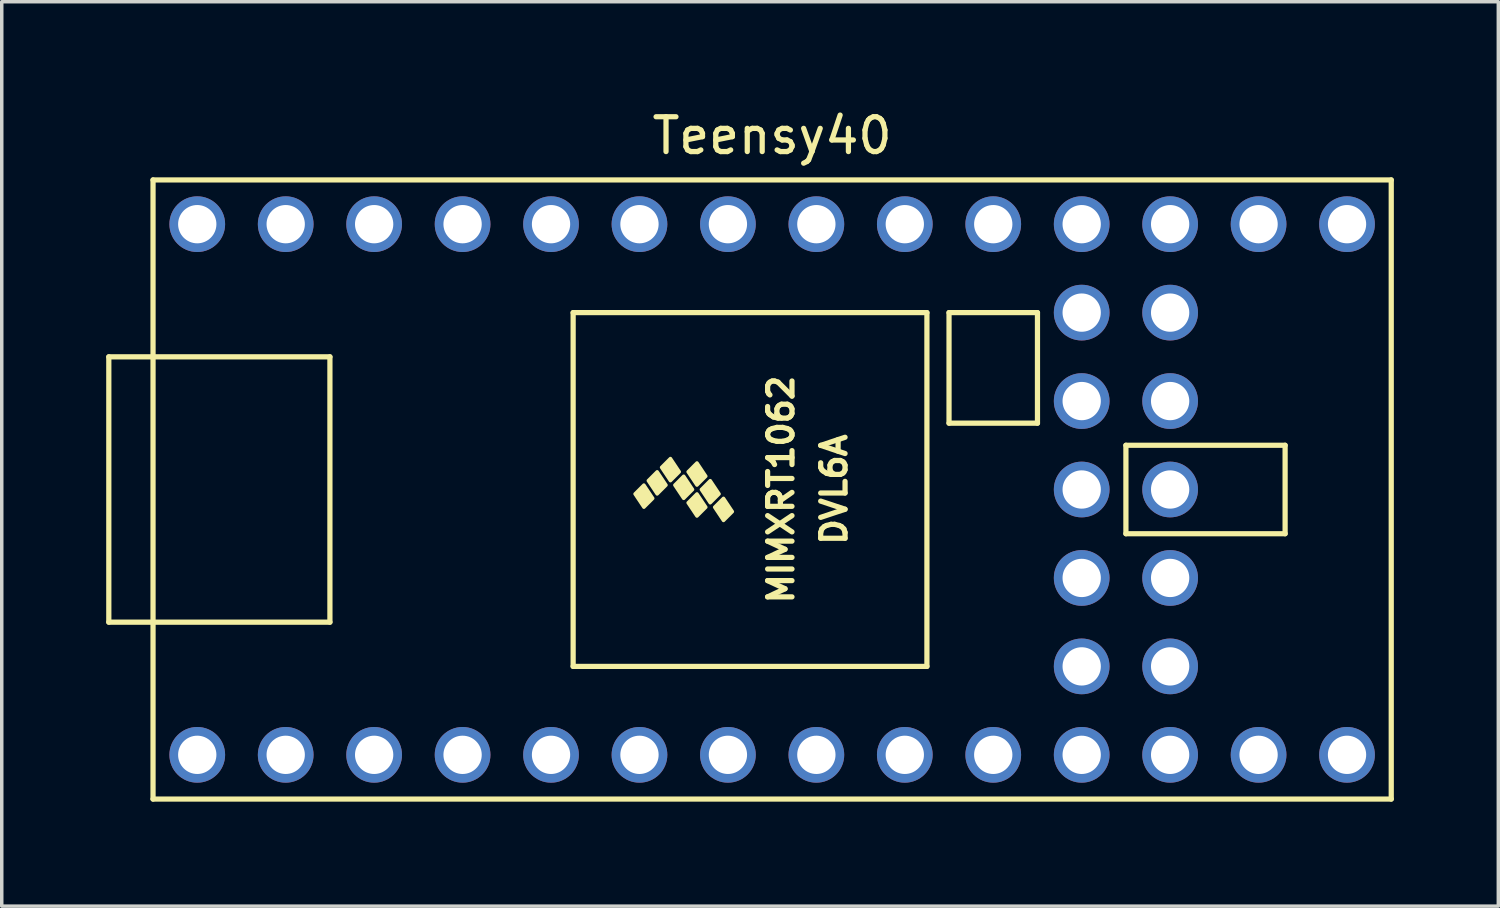
<source format=kicad_pcb>
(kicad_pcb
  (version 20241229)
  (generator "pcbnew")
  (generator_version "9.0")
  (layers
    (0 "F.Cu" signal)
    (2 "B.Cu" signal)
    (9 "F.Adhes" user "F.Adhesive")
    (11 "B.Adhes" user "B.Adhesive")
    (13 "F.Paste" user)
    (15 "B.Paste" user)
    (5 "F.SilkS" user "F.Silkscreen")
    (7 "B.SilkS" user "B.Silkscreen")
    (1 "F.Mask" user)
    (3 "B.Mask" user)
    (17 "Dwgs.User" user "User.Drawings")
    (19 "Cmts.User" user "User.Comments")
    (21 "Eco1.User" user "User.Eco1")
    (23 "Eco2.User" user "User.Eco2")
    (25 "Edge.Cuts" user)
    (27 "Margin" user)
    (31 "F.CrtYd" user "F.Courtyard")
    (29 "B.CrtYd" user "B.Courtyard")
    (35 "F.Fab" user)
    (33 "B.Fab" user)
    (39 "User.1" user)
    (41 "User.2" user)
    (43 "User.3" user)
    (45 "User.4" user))
  (footprint "Teensy40"
    (layer "F.Cu")
    (at 19.125 11.008)
    (property "Reference" "Teensy40" (at 0 -10.16 0) (layer "F.SilkS") (effects (font (size 1 1) (thickness 0.15))))
    (attr through_hole)
    (fp_line (start -19.05 -3.81) (end -17.78 -3.81) (stroke (width 0.15) (type solid)) (layer "F.SilkS"))
    (fp_line (start -19.05 3.81) (end -19.05 -3.81) (stroke (width 0.15) (type solid)) (layer "F.SilkS"))
    (fp_line (start -17.78 -8.89) (end 17.78 -8.89) (stroke (width 0.15) (type solid)) (layer "F.SilkS"))
    (fp_line (start -17.78 3.81) (end -19.05 3.81) (stroke (width 0.15) (type solid)) (layer "F.SilkS"))
    (fp_line (start -17.78 8.89) (end -17.78 -8.89) (stroke (width 0.15) (type solid)) (layer "F.SilkS"))
    (fp_line (start -12.7 -3.81) (end -17.78 -3.81) (stroke (width 0.15) (type solid)) (layer "F.SilkS"))
    (fp_line (start -12.7 3.81) (end -17.78 3.81) (stroke (width 0.15) (type solid)) (layer "F.SilkS"))
    (fp_line (start -12.7 3.81) (end -12.7 -3.81) (stroke (width 0.15) (type solid)) (layer "F.SilkS"))
    (fp_line (start -5.715 -5.08) (end -5.715 5.08) (stroke (width 0.15) (type solid)) (layer "F.SilkS"))
    (fp_line (start 4.445 -5.08) (end -5.715 -5.08) (stroke (width 0.15) (type solid)) (layer "F.SilkS"))
    (fp_line (start 4.445 5.08) (end -5.715 5.08) (stroke (width 0.15) (type solid)) (layer "F.SilkS"))
    (fp_line (start 4.445 5.08) (end 4.445 -5.08) (stroke (width 0.15) (type solid)) (layer "F.SilkS"))
    (fp_line (start 5.08 -5.08) (end 7.62 -5.08) (stroke (width 0.15) (type solid)) (layer "F.SilkS"))
    (fp_line (start 5.08 -1.905) (end 5.08 -5.08) (stroke (width 0.15) (type solid)) (layer "F.SilkS"))
    (fp_line (start 7.62 -5.08) (end 7.62 -1.905) (stroke (width 0.15) (type solid)) (layer "F.SilkS"))
    (fp_line (start 7.62 -1.905) (end 5.08 -1.905) (stroke (width 0.15) (type solid)) (layer "F.SilkS"))
    (fp_line (start 10.16 -1.27) (end 14.732 -1.27) (stroke (width 0.15) (type solid)) (layer "F.SilkS"))
    (fp_line (start 10.16 1.27) (end 10.16 -1.27) (stroke (width 0.15) (type solid)) (layer "F.SilkS"))
    (fp_line (start 14.732 -1.27) (end 14.732 1.27) (stroke (width 0.15) (type solid)) (layer "F.SilkS"))
    (fp_line (start 14.732 1.27) (end 10.16 1.27) (stroke (width 0.15) (type solid)) (layer "F.SilkS"))
    (fp_line (start 17.78 -8.89) (end 17.78 8.89) (stroke (width 0.15) (type solid)) (layer "F.SilkS"))
    (fp_line (start 17.78 8.89) (end -17.78 8.89) (stroke (width 0.15) (type solid)) (layer "F.SilkS"))
    (fp_poly (pts (xy -3.937 0.127) (xy -3.683 -0.127) (xy -3.429 0.254) (xy -3.683 0.508)) (stroke (width 0.1) (type solid)) (fill yes) (layer "F.SilkS"))
    (fp_poly (pts (xy -3.556 -0.254) (xy -3.302 -0.508) (xy -3.048 -0.127) (xy -3.302 0.127)) (stroke (width 0.1) (type solid)) (fill yes) (layer "F.SilkS"))
    (fp_poly (pts (xy -3.175 -0.635) (xy -2.921 -0.889) (xy -2.667 -0.508) (xy -2.921 -0.254)) (stroke (width 0.1) (type solid)) (fill yes) (layer "F.SilkS"))
    (fp_poly (pts (xy -2.794 -0.127) (xy -2.54 -0.381) (xy -2.286 0) (xy -2.54 0.254)) (stroke (width 0.1) (type solid)) (fill yes) (layer "F.SilkS"))
    (fp_poly (pts (xy -2.413 -0.508) (xy -2.159 -0.762) (xy -1.905 -0.381) (xy -2.159 -0.127)) (stroke (width 0.1) (type solid)) (fill yes) (layer "F.SilkS"))
    (fp_poly (pts (xy -2.413 0.381) (xy -2.159 0.127) (xy -1.905 0.508) (xy -2.159 0.762)) (stroke (width 0.1) (type solid)) (fill yes) (layer "F.SilkS"))
    (fp_poly (pts (xy -2.032 0) (xy -1.778 -0.254) (xy -1.524 0.127) (xy -1.778 0.381)) (stroke (width 0.1) (type solid)) (fill yes) (layer "F.SilkS"))
    (fp_poly (pts (xy -1.651 0.508) (xy -1.397 0.254) (xy -1.143 0.635) (xy -1.397 0.889)) (stroke (width 0.1) (type solid)) (fill yes) (layer "F.SilkS"))
    (fp_text user "DVL6A" (at 1.778 0 90) (layer "F.SilkS") (effects (font (size 0.7 0.7) (thickness 0.15))))
    (fp_text user "MIMXRT1062" (at 0.254 0 90) (layer "F.SilkS") (effects (font (size 0.7 0.7) (thickness 0.15))))
    (pad "1" thru_hole circle (at -16.51 7.62) (size 1.6 1.6) (drill 1.1) (layers "*.Cu" "*.Mask"))
    (pad "2" thru_hole circle (at -13.97 7.62) (size 1.6 1.6) (drill 1.1) (layers "*.Cu" "*.Mask"))
    (pad "3" thru_hole circle (at -11.43 7.62) (size 1.6 1.6) (drill 1.1) (layers "*.Cu" "*.Mask"))
    (pad "4" thru_hole circle (at -8.89 7.62) (size 1.6 1.6) (drill 1.1) (layers "*.Cu" "*.Mask"))
    (pad "5" thru_hole circle (at -6.35 7.62) (size 1.6 1.6) (drill 1.1) (layers "*.Cu" "*.Mask"))
    (pad "6" thru_hole circle (at -3.81 7.62) (size 1.6 1.6) (drill 1.1) (layers "*.Cu" "*.Mask"))
    (pad "7" thru_hole circle (at -1.27 7.62) (size 1.6 1.6) (drill 1.1) (layers "*.Cu" "*.Mask"))
    (pad "8" thru_hole circle (at 1.27 7.62) (size 1.6 1.6) (drill 1.1) (layers "*.Cu" "*.Mask"))
    (pad "9" thru_hole circle (at 3.81 7.62) (size 1.6 1.6) (drill 1.1) (layers "*.Cu" "*.Mask"))
    (pad "10" thru_hole circle (at 6.35 7.62) (size 1.6 1.6) (drill 1.1) (layers "*.Cu" "*.Mask"))
    (pad "11" thru_hole circle (at 8.89 7.62) (size 1.6 1.6) (drill 1.1) (layers "*.Cu" "*.Mask"))
    (pad "12" thru_hole circle (at 11.43 7.62) (size 1.6 1.6) (drill 1.1) (layers "*.Cu" "*.Mask"))
    (pad "13" thru_hole circle (at 13.97 7.62) (size 1.6 1.6) (drill 1.1) (layers "*.Cu" "*.Mask"))
    (pad "14" thru_hole circle (at 16.51 7.62) (size 1.6 1.6) (drill 1.1) (layers "*.Cu" "*.Mask"))
    (pad "20" thru_hole circle (at 16.51 -7.62) (size 1.6 1.6) (drill 1.1) (layers "*.Cu" "*.Mask"))
    (pad "21" thru_hole circle (at 13.97 -7.62) (size 1.6 1.6) (drill 1.1) (layers "*.Cu" "*.Mask"))
    (pad "22" thru_hole circle (at 11.43 -7.62) (size 1.6 1.6) (drill 1.1) (layers "*.Cu" "*.Mask"))
    (pad "23" thru_hole circle (at 8.89 -7.62) (size 1.6 1.6) (drill 1.1) (layers "*.Cu" "*.Mask"))
    (pad "24" thru_hole circle (at 6.35 -7.62) (size 1.6 1.6) (drill 1.1) (layers "*.Cu" "*.Mask"))
    (pad "25" thru_hole circle (at 3.81 -7.62) (size 1.6 1.6) (drill 1.1) (layers "*.Cu" "*.Mask"))
    (pad "26" thru_hole circle (at 1.27 -7.62) (size 1.6 1.6) (drill 1.1) (layers "*.Cu" "*.Mask"))
    (pad "27" thru_hole circle (at -1.27 -7.62) (size 1.6 1.6) (drill 1.1) (layers "*.Cu" "*.Mask"))
    (pad "28" thru_hole circle (at -3.81 -7.62) (size 1.6 1.6) (drill 1.1) (layers "*.Cu" "*.Mask"))
    (pad "29" thru_hole circle (at -6.35 -7.62) (size 1.6 1.6) (drill 1.1) (layers "*.Cu" "*.Mask"))
    (pad "30" thru_hole circle (at -8.89 -7.62) (size 1.6 1.6) (drill 1.1) (layers "*.Cu" "*.Mask"))
    (pad "31" thru_hole circle (at -11.43 -7.62) (size 1.6 1.6) (drill 1.1) (layers "*.Cu" "*.Mask"))
    (pad "32" thru_hole circle (at -13.97 -7.62) (size 1.6 1.6) (drill 1.1) (layers "*.Cu" "*.Mask"))
    (pad "33" thru_hole circle (at -16.51 -7.62) (size 1.6 1.6) (drill 1.1) (layers "*.Cu" "*.Mask"))
    (pad "35" thru_hole circle (at 11.43 -5.08) (size 1.6 1.6) (drill 1.1) (layers "*.Cu" "*.Mask"))
    (pad "36" thru_hole circle (at 8.89 -5.08) (size 1.6 1.6) (drill 1.1) (layers "*.Cu" "*.Mask"))
    (pad "37" thru_hole circle (at 11.43 -2.54) (size 1.6 1.6) (drill 1.1) (layers "*.Cu" "*.Mask"))
    (pad "38" thru_hole circle (at 8.89 -2.54) (size 1.6 1.6) (drill 1.1) (layers "*.Cu" "*.Mask"))
    (pad "39" thru_hole circle (at 11.43 0) (size 1.6 1.6) (drill 1.1) (layers "*.Cu" "*.Mask"))
    (pad "40" thru_hole circle (at 8.89 0) (size 1.6 1.6) (drill 1.1) (layers "*.Cu" "*.Mask"))
    (pad "41" thru_hole circle (at 11.43 2.54) (size 1.6 1.6) (drill 1.1) (layers "*.Cu" "*.Mask"))
    (pad "42" thru_hole circle (at 8.89 2.54) (size 1.6 1.6) (drill 1.1) (layers "*.Cu" "*.Mask"))
    (pad "43" thru_hole circle (at 11.43 5.08) (size 1.6 1.6) (drill 1.1) (layers "*.Cu" "*.Mask"))
    (pad "44" thru_hole circle (at 8.89 5.08) (size 1.6 1.6) (drill 1.1) (layers "*.Cu" "*.Mask")))
  (gr_rect
    (start -3 -3)
    (end 39.98 22.973)
    (stroke (width 0.1) (type default))
    (fill no)
    (layer "Edge.Cuts")))
</source>
